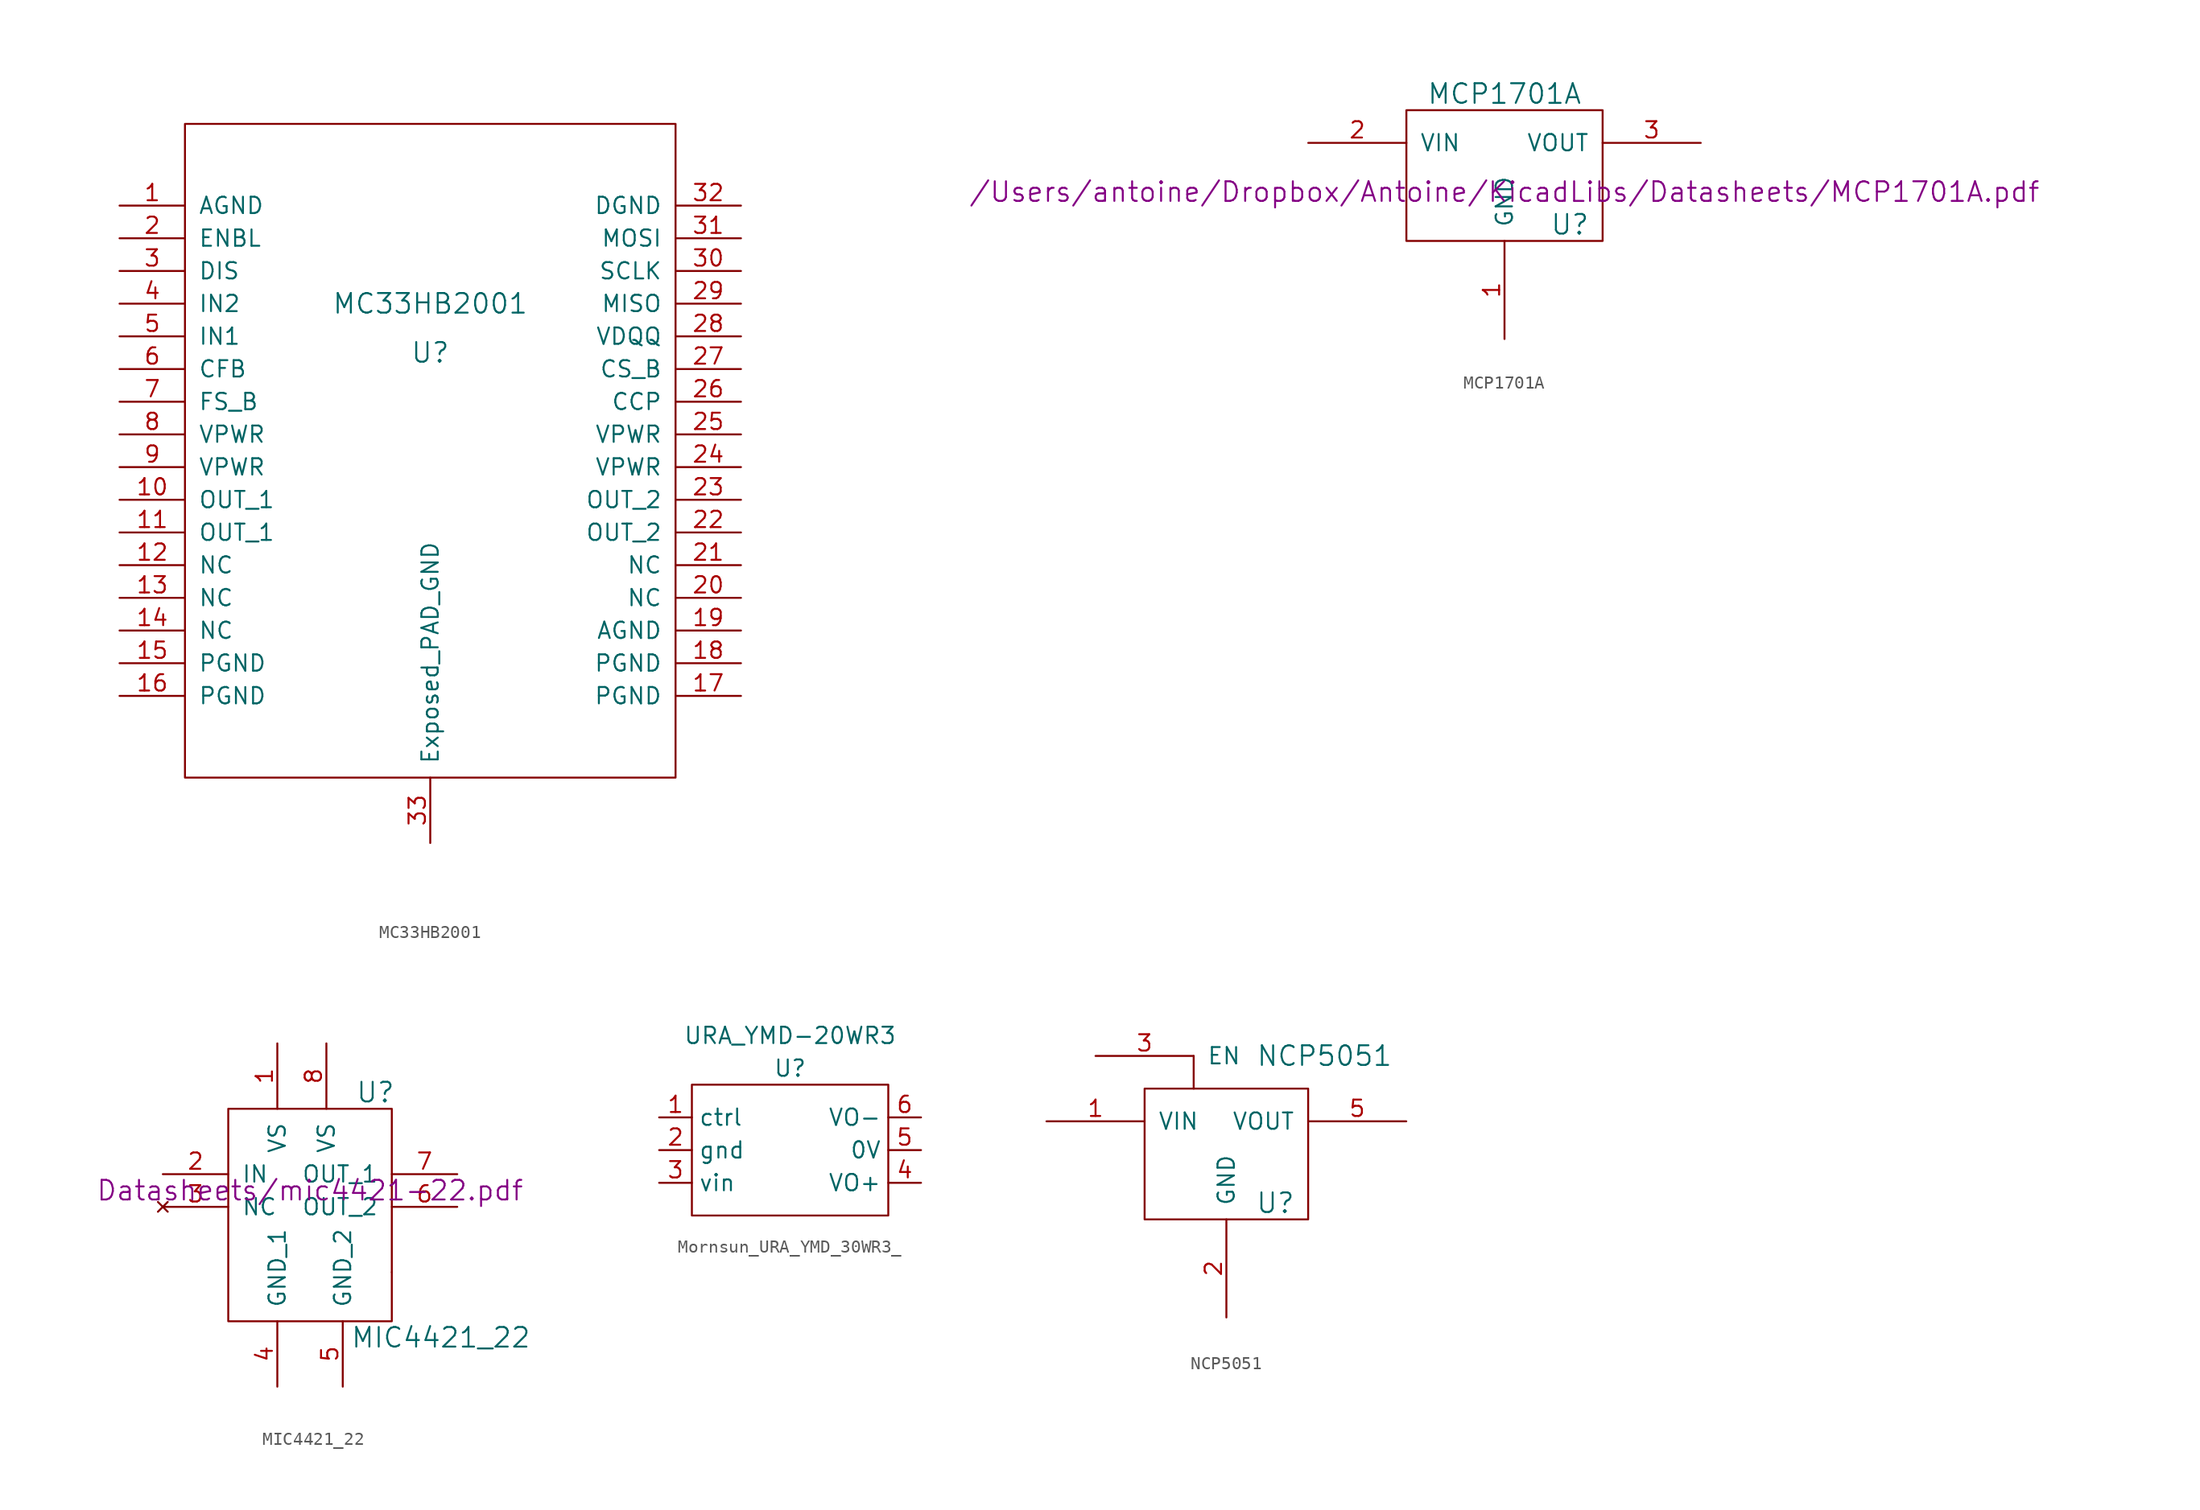
<source format=kicad_sym>
(kicad_symbol_lib
  (version 20220914)
  (generator kicad_symbol_editor)
  (symbol "MC33HB2001"
    (pin_names
      (offset 1.016))
    (property "Reference" "U"
      (at 0 7.62 0)
      (effects (font (size 1.524 1.524))))
    (property "Value" "MC33HB2001"
      (at 0 11.43 0)
      (effects (font (size 1.524 1.524))))
    (symbol "MC33HB2001_0_1"
      (rectangle (start -19.05 25.4) (end 19.05 -25.4) (stroke (width 0) (type solid)) (fill (type none))))
    (symbol "MC33HB2001_1_1"
      (pin input line (at -24.13 19.05 0) (length 5.08) (name "AGND" (effects (font (size 1.27 1.27)))) (number "1" (effects (font (size 1.27 1.27)))))
      (pin input line (at -24.13 -3.81 0) (length 5.08) (name "OUT_1" (effects (font (size 1.27 1.27)))) (number "10" (effects (font (size 1.27 1.27)))))
      (pin input line (at -24.13 -6.35 0) (length 5.08) (name "OUT_1" (effects (font (size 1.27 1.27)))) (number "11" (effects (font (size 1.27 1.27)))))
      (pin input line (at -24.13 -8.89 0) (length 5.08) (name "NC" (effects (font (size 1.27 1.27)))) (number "12" (effects (font (size 1.27 1.27)))))
      (pin input line (at -24.13 -11.43 0) (length 5.08) (name "NC" (effects (font (size 1.27 1.27)))) (number "13" (effects (font (size 1.27 1.27)))))
      (pin input line (at -24.13 -13.97 0) (length 5.08) (name "NC" (effects (font (size 1.27 1.27)))) (number "14" (effects (font (size 1.27 1.27)))))
      (pin input line (at -24.13 -16.51 0) (length 5.08) (name "PGND" (effects (font (size 1.27 1.27)))) (number "15" (effects (font (size 1.27 1.27)))))
      (pin input line (at -24.13 -19.05 0) (length 5.08) (name "PGND" (effects (font (size 1.27 1.27)))) (number "16" (effects (font (size 1.27 1.27)))))
      (pin input line (at 24.13 -19.05 180) (length 5.08) (name "PGND" (effects (font (size 1.27 1.27)))) (number "17" (effects (font (size 1.27 1.27)))))
      (pin input line (at 24.13 -16.51 180) (length 5.08) (name "PGND" (effects (font (size 1.27 1.27)))) (number "18" (effects (font (size 1.27 1.27)))))
      (pin input line (at 24.13 -13.97 180) (length 5.08) (name "AGND" (effects (font (size 1.27 1.27)))) (number "19" (effects (font (size 1.27 1.27)))))
      (pin input line (at -24.13 16.51 0) (length 5.08) (name "ENBL" (effects (font (size 1.27 1.27)))) (number "2" (effects (font (size 1.27 1.27)))))
      (pin input line (at 24.13 -11.43 180) (length 5.08) (name "NC" (effects (font (size 1.27 1.27)))) (number "20" (effects (font (size 1.27 1.27)))))
      (pin input line (at 24.13 -8.89 180) (length 5.08) (name "NC" (effects (font (size 1.27 1.27)))) (number "21" (effects (font (size 1.27 1.27)))))
      (pin input line (at 24.13 -6.35 180) (length 5.08) (name "OUT_2" (effects (font (size 1.27 1.27)))) (number "22" (effects (font (size 1.27 1.27)))))
      (pin input line (at 24.13 -3.81 180) (length 5.08) (name "OUT_2" (effects (font (size 1.27 1.27)))) (number "23" (effects (font (size 1.27 1.27)))))
      (pin input line (at 24.13 -1.27 180) (length 5.08) (name "VPWR" (effects (font (size 1.27 1.27)))) (number "24" (effects (font (size 1.27 1.27)))))
      (pin input line (at 24.13 1.27 180) (length 5.08) (name "VPWR" (effects (font (size 1.27 1.27)))) (number "25" (effects (font (size 1.27 1.27)))))
      (pin input line (at 24.13 3.81 180) (length 5.08) (name "CCP" (effects (font (size 1.27 1.27)))) (number "26" (effects (font (size 1.27 1.27)))))
      (pin input line (at 24.13 6.35 180) (length 5.08) (name "CS_B" (effects (font (size 1.27 1.27)))) (number "27" (effects (font (size 1.27 1.27)))))
      (pin input line (at 24.13 8.89 180) (length 5.08) (name "VDQQ" (effects (font (size 1.27 1.27)))) (number "28" (effects (font (size 1.27 1.27)))))
      (pin input line (at 24.13 11.43 180) (length 5.08) (name "MISO" (effects (font (size 1.27 1.27)))) (number "29" (effects (font (size 1.27 1.27)))))
      (pin input line (at -24.13 13.97 0) (length 5.08) (name "DIS" (effects (font (size 1.27 1.27)))) (number "3" (effects (font (size 1.27 1.27)))))
      (pin input line (at 24.13 13.97 180) (length 5.08) (name "SCLK" (effects (font (size 1.27 1.27)))) (number "30" (effects (font (size 1.27 1.27)))))
      (pin input line (at 24.13 16.51 180) (length 5.08) (name "MOSI" (effects (font (size 1.27 1.27)))) (number "31" (effects (font (size 1.27 1.27)))))
      (pin input line (at 24.13 19.05 180) (length 5.08) (name "DGND" (effects (font (size 1.27 1.27)))) (number "32" (effects (font (size 1.27 1.27)))))
      (pin input line (at 0 -30.48 90) (length 5.08) (name "Exposed_PAD_GND" (effects (font (size 1.27 1.27)))) (number "33" (effects (font (size 1.27 1.27)))))
      (pin input line (at -24.13 11.43 0) (length 5.08) (name "IN2" (effects (font (size 1.27 1.27)))) (number "4" (effects (font (size 1.27 1.27)))))
      (pin input line (at -24.13 8.89 0) (length 5.08) (name "IN1" (effects (font (size 1.27 1.27)))) (number "5" (effects (font (size 1.27 1.27)))))
      (pin input line (at -24.13 6.35 0) (length 5.08) (name "CFB" (effects (font (size 1.27 1.27)))) (number "6" (effects (font (size 1.27 1.27)))))
      (pin input line (at -24.13 3.81 0) (length 5.08) (name "FS_B" (effects (font (size 1.27 1.27)))) (number "7" (effects (font (size 1.27 1.27)))))
      (pin input line (at -24.13 1.27 0) (length 5.08) (name "VPWR" (effects (font (size 1.27 1.27)))) (number "8" (effects (font (size 1.27 1.27)))))
      (pin input line (at -24.13 -1.27 0) (length 5.08) (name "VPWR" (effects (font (size 1.27 1.27)))) (number "9" (effects (font (size 1.27 1.27)))))))
  (symbol "MCP1701A"
    (pin_names
      (offset 1.016))
    (property "Reference" "U"
      (at 5.08 -2.54 0)
      (effects (font (size 1.524 1.524))))
    (property "Value" "MCP1701A"
      (at 0 7.62 0)
      (effects (font (size 1.524 1.524))))
    (property "Footprint" ""
      (at 0 0 0)
      (effects (font (size 1.524 1.524))))
    (property "Datasheet" "/Users/antoine/Dropbox/Antoine/KicadLibs/Datasheets/MCP1701A.pdf"
      (at 0 0 0)
      (effects (font (size 1.524 1.524))))
    (symbol "MCP1701A_0_1"
      (polyline (pts (xy -7.62 6.35) (xy 7.62 6.35) (xy 7.62 -3.81) (xy -7.62 -3.81) (xy -7.62 6.35)) (stroke (width 0) (type solid)) (fill (type none))))
    (symbol "MCP1701A_1_1"
      (pin bidirectional line (at 0 -11.43 90) (length 7.62) (name "GND" (effects (font (size 1.27 1.27)))) (number "1" (effects (font (size 1.27 1.27)))))
      (pin power_in line (at -15.24 3.81 0) (length 7.62) (name "VIN" (effects (font (size 1.27 1.27)))) (number "2" (effects (font (size 1.27 1.27)))))
      (pin power_out line (at 15.24 3.81 180) (length 7.62) (name "VOUT" (effects (font (size 1.27 1.27)))) (number "3" (effects (font (size 1.27 1.27)))))))
  (symbol "MIC4421_22"
    (pin_names
      (offset 1.016))
    (property "Reference" "U"
      (at 5.08 7.62 0)
      (effects (font (size 1.524 1.524))))
    (property "Value" "MIC4421_22"
      (at 10.16 -11.43 0)
      (effects (font (size 1.524 1.524))))
    (property "Footprint" ""
      (at 0 0 0)
      (effects (font (size 1.524 1.524))))
    (property "Datasheet" "Datasheets/mic4421-22.pdf"
      (at 0 0 0)
      (effects (font (size 1.524 1.524))))
    (symbol "MIC4421_22_0_1"
      (rectangle (start -6.35 6.35) (end 6.35 -10.16) (stroke (width 0) (type solid)) (fill (type none)))
      (rectangle (start 6.35 -6.35) (end 6.35 -6.35) (stroke (width 0) (type solid)) (fill (type none))))
    (symbol "MIC4421_22_1_1"
      (pin power_in line (at -2.54 11.43 270) (length 5.08) (name "VS" (effects (font (size 1.27 1.27)))) (number "1" (effects (font (size 1.27 1.27)))))
      (pin input line (at -11.43 1.27 0) (length 5.08) (name "IN" (effects (font (size 1.27 1.27)))) (number "2" (effects (font (size 1.27 1.27)))))
      (pin no_connect line (at -11.43 -1.27 0) (length 5.08) (name "NC" (effects (font (size 1.27 1.27)))) (number "3" (effects (font (size 1.27 1.27)))))
      (pin output line (at -2.54 -15.24 90) (length 5.08) (name "GND_1" (effects (font (size 1.27 1.27)))) (number "4" (effects (font (size 1.27 1.27)))))
      (pin output line (at 2.54 -15.24 90) (length 5.08) (name "GND_2" (effects (font (size 1.27 1.27)))) (number "5" (effects (font (size 1.27 1.27)))))
      (pin output line (at 11.43 -1.27 180) (length 5.08) (name "OUT_2" (effects (font (size 1.27 1.27)))) (number "6" (effects (font (size 1.27 1.27)))))
      (pin output line (at 11.43 1.27 180) (length 5.08) (name "OUT_1" (effects (font (size 1.27 1.27)))) (number "7" (effects (font (size 1.27 1.27)))))
      (pin output line (at 1.27 11.43 270) (length 5.08) (name "VS" (effects (font (size 1.27 1.27)))) (number "8" (effects (font (size 1.27 1.27)))))))
  (symbol "Mornsun_URA_YMD_30WR3_"
    (property "Reference" "U"
      (at 0 3.81 0)
      (effects (font (size 1.27 1.27))))
    (property "Value" "URA_YMD-20WR3"
      (at 0 6.35 0)
      (effects (font (size 1.27 1.27))))
    (symbol "Mornsun_URA_YMD_30WR3__0_1"
      (rectangle (start -7.62 2.54) (end 7.62 -7.62) (stroke (width 0) (type default)) (fill (type none))))
    (symbol "Mornsun_URA_YMD_30WR3__1_1"
      (pin input line (at -10.16 0 0) (length 2.54) (name "ctrl" (effects (font (size 1.27 1.27)))) (number "1" (effects (font (size 1.27 1.27)))))
      (pin input line (at -10.16 -2.54 0) (length 2.54) (name "gnd" (effects (font (size 1.27 1.27)))) (number "2" (effects (font (size 1.27 1.27)))))
      (pin input line (at -10.16 -5.08 0) (length 2.54) (name "vin" (effects (font (size 1.27 1.27)))) (number "3" (effects (font (size 1.27 1.27)))))
      (pin input line (at 10.16 -5.08 180) (length 2.54) (name "VO+" (effects (font (size 1.27 1.27)))) (number "4" (effects (font (size 1.27 1.27)))))
      (pin input line (at 10.16 -2.54 180) (length 2.54) (name "0V" (effects (font (size 1.27 1.27)))) (number "5" (effects (font (size 1.27 1.27)))))
      (pin input line (at 10.16 0 180) (length 2.54) (name "VO-" (effects (font (size 1.27 1.27)))) (number "6" (effects (font (size 1.27 1.27)))))))
  (symbol "NCP5051"
    (pin_names
      (offset 1.016))
    (property "Reference" "U"
      (at 6.35 -3.81 0)
      (effects (font (size 1.524 1.524))))
    (property "Value" "NCP5051"
      (at 10.16 7.62 0)
      (effects (font (size 1.524 1.524))))
    (property "Footprint" ""
      (at 0 0 0)
      (effects (font (size 1.524 1.524))))
    (property "Datasheet" ""
      (at 0 0 0)
      (effects (font (size 1.524 1.524))))
    (symbol "NCP5051_0_1"
      (polyline (pts (xy 0 7.62) (xy 0 5.08)) (stroke (width 0) (type solid)) (fill (type none)))
      (polyline (pts (xy -3.81 5.08) (xy -3.81 -5.08) (xy 8.89 -5.08) (xy 8.89 5.08) (xy -3.81 5.08)) (stroke (width 0) (type solid)) (fill (type none))))
    (symbol "NCP5051_1_1"
      (pin power_in line (at -11.43 2.54 0) (length 7.62) (name "VIN" (effects (font (size 1.27 1.27)))) (number "1" (effects (font (size 1.27 1.27)))))
      (pin bidirectional line (at 2.54 -12.7 90) (length 7.62) (name "GND" (effects (font (size 1.27 1.27)))) (number "2" (effects (font (size 1.27 1.27)))))
      (pin input line (at -7.62 7.62 0) (length 7.62) (name "EN" (effects (font (size 1.27 1.27)))) (number "3" (effects (font (size 1.27 1.27)))))
      (pin power_out line (at 16.51 2.54 180) (length 7.62) (name "VOUT" (effects (font (size 1.27 1.27)))) (number "5" (effects (font (size 1.27 1.27))))))))
</source>
